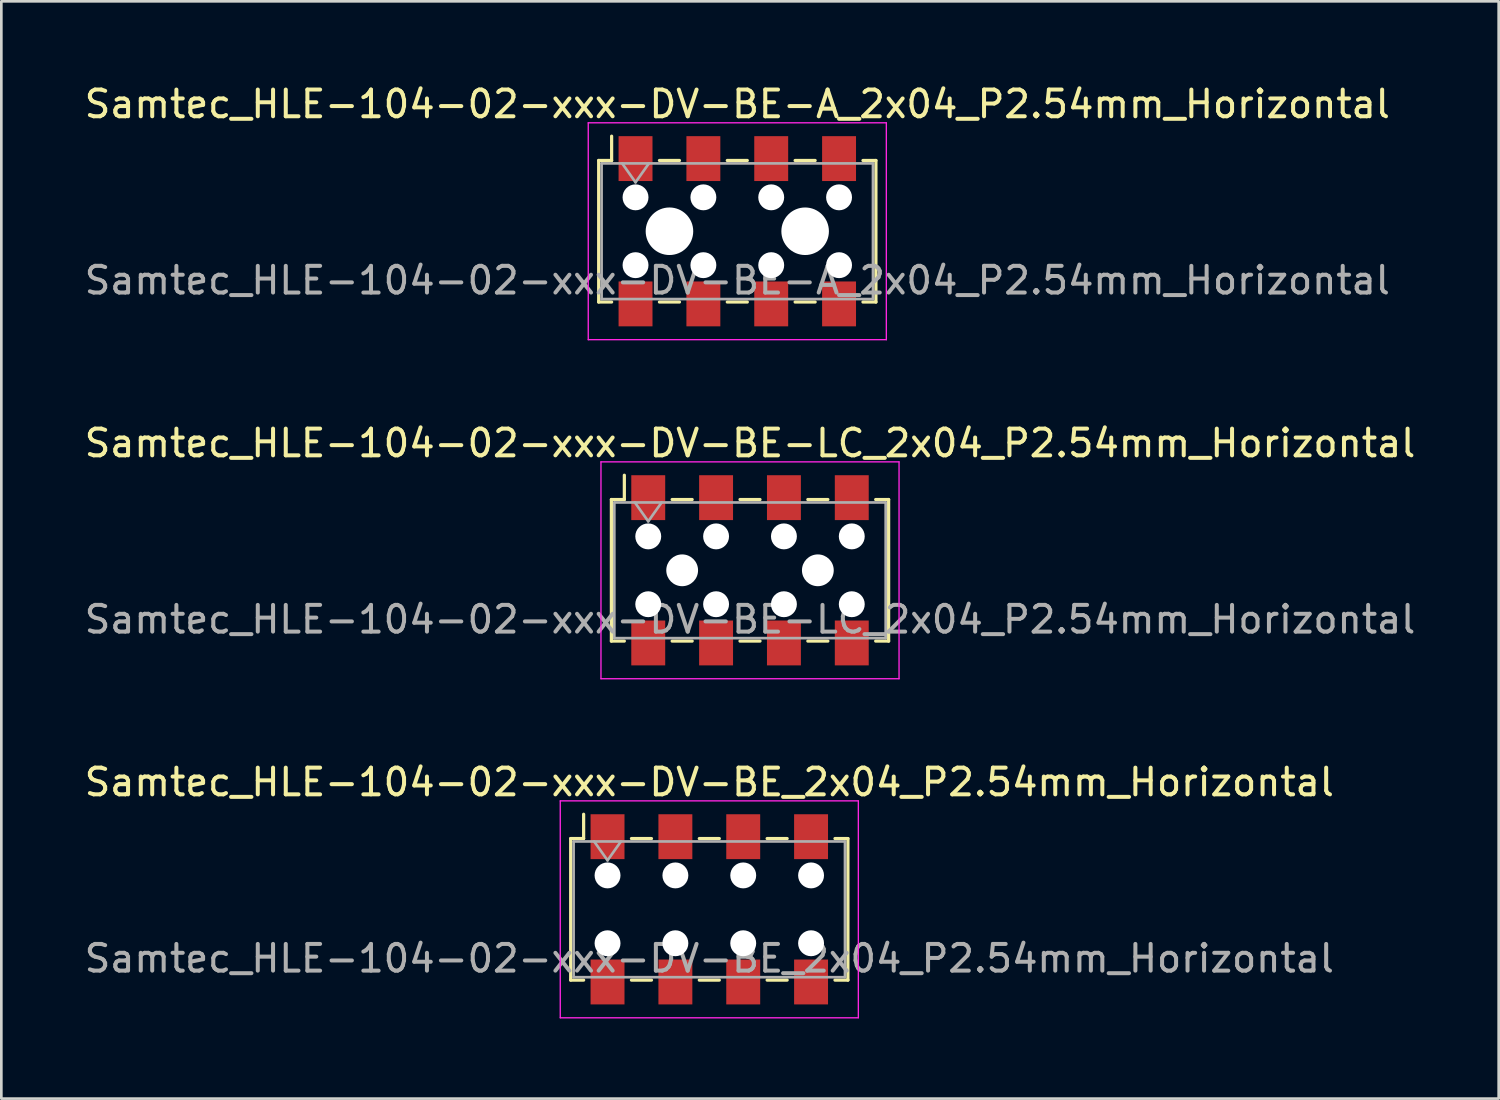
<source format=kicad_pcb>
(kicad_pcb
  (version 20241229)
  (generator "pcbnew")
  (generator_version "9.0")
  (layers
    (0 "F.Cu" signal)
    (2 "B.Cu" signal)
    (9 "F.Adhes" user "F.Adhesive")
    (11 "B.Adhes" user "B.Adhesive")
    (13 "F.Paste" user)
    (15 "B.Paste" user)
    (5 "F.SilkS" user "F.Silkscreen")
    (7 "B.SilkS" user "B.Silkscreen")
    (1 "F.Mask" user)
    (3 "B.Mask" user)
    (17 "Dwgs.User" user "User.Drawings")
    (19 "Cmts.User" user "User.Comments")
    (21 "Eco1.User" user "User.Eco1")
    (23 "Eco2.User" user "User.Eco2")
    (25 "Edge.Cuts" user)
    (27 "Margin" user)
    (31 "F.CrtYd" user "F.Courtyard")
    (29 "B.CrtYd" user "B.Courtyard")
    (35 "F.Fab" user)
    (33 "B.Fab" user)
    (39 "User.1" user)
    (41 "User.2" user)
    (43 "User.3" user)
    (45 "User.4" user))
  (footprint "Samtec_HLE-104-02-xxx-DV-BE_2x04_P2.54mm_Horizontal"
    (layer "F.Cu")
    (at 23.506 30.995)
    (property "Reference" "Samtec_HLE-104-02-xxx-DV-BE_2x04_P2.54mm_Horizontal" (at 0 -4.76 0) (layer "F.SilkS") (effects (font (size 1 1) (thickness 0.15))))
    (attr smd)
    (fp_line (start -5.19 -2.65) (end -5.19 2.65) (stroke (width 0.12) (type solid)) (layer "F.SilkS"))
    (fp_line (start -5.19 2.65) (end -4.705 2.65) (stroke (width 0.12) (type solid)) (layer "F.SilkS"))
    (fp_line (start -4.705 -3.56) (end -4.705 -2.65) (stroke (width 0.12) (type solid)) (layer "F.SilkS"))
    (fp_line (start -4.705 -2.65) (end -5.19 -2.65) (stroke (width 0.12) (type solid)) (layer "F.SilkS"))
    (fp_line (start -2.915 -2.65) (end -2.165 -2.65) (stroke (width 0.12) (type solid)) (layer "F.SilkS"))
    (fp_line (start -2.915 2.65) (end -2.165 2.65) (stroke (width 0.12) (type solid)) (layer "F.SilkS"))
    (fp_line (start -0.375 -2.65) (end 0.375 -2.65) (stroke (width 0.12) (type solid)) (layer "F.SilkS"))
    (fp_line (start -0.375 2.65) (end 0.375 2.65) (stroke (width 0.12) (type solid)) (layer "F.SilkS"))
    (fp_line (start 2.165 -2.65) (end 2.915 -2.65) (stroke (width 0.12) (type solid)) (layer "F.SilkS"))
    (fp_line (start 2.165 2.65) (end 2.915 2.65) (stroke (width 0.12) (type solid)) (layer "F.SilkS"))
    (fp_line (start 4.705 -2.65) (end 5.19 -2.65) (stroke (width 0.12) (type solid)) (layer "F.SilkS"))
    (fp_line (start 5.19 -2.65) (end 5.19 2.65) (stroke (width 0.12) (type solid)) (layer "F.SilkS"))
    (fp_line (start 5.19 2.65) (end 4.705 2.65) (stroke (width 0.12) (type solid)) (layer "F.SilkS"))
    (fp_line (start -5.58 -4.06) (end 5.58 -4.06) (stroke (width 0.05) (type solid)) (layer "F.CrtYd"))
    (fp_line (start -5.58 4.06) (end -5.58 -4.06) (stroke (width 0.05) (type solid)) (layer "F.CrtYd"))
    (fp_line (start 5.58 -4.06) (end 5.58 4.06) (stroke (width 0.05) (type solid)) (layer "F.CrtYd"))
    (fp_line (start 5.58 4.06) (end -5.58 4.06) (stroke (width 0.05) (type solid)) (layer "F.CrtYd"))
    (fp_line (start -5.08 -2.54) (end 5.08 -2.54) (stroke (width 0.1) (type solid)) (layer "F.Fab"))
    (fp_line (start -5.08 2.54) (end -5.08 -2.54) (stroke (width 0.1) (type solid)) (layer "F.Fab"))
    (fp_line (start -4.31 -2.54) (end -3.81 -1.833) (stroke (width 0.1) (type solid)) (layer "F.Fab"))
    (fp_line (start -3.81 -1.833) (end -3.31 -2.54) (stroke (width 0.1) (type solid)) (layer "F.Fab"))
    (fp_line (start 5.08 -2.54) (end 5.08 2.54) (stroke (width 0.1) (type solid)) (layer "F.Fab"))
    (fp_line (start 5.08 2.54) (end -5.08 2.54) (stroke (width 0.1) (type solid)) (layer "F.Fab"))
    (fp_text user "${REFERENCE}" (at 0 1.84 0) (layer "F.Fab") (effects (font (size 1 1) (thickness 0.15))))
    (pad "" np_thru_hole circle (at -3.81 -1.27) (size 0.97 0.97) (drill 0.97) (layers "*.Cu" "*.Mask"))
    (pad "" np_thru_hole circle (at -3.81 1.27) (size 0.97 0.97) (drill 0.97) (layers "*.Cu" "*.Mask"))
    (pad "" np_thru_hole circle (at -1.27 -1.27) (size 0.97 0.97) (drill 0.97) (layers "*.Cu" "*.Mask"))
    (pad "" np_thru_hole circle (at -1.27 1.27) (size 0.97 0.97) (drill 0.97) (layers "*.Cu" "*.Mask"))
    (pad "" np_thru_hole circle (at 1.27 -1.27) (size 0.97 0.97) (drill 0.97) (layers "*.Cu" "*.Mask"))
    (pad "" np_thru_hole circle (at 1.27 1.27) (size 0.97 0.97) (drill 0.97) (layers "*.Cu" "*.Mask"))
    (pad "" np_thru_hole circle (at 3.81 -1.27) (size 0.97 0.97) (drill 0.97) (layers "*.Cu" "*.Mask"))
    (pad "" np_thru_hole circle (at 3.81 1.27) (size 0.97 0.97) (drill 0.97) (layers "*.Cu" "*.Mask"))
    (pad "1" smd rect (at -3.81 -2.72) (size 1.27 1.68) (layers "F.Cu" "F.Mask" "F.Paste"))
    (pad "2" smd rect (at -3.81 2.72) (size 1.27 1.68) (layers "F.Cu" "F.Mask" "F.Paste"))
    (pad "3" smd rect (at -1.27 -2.72) (size 1.27 1.68) (layers "F.Cu" "F.Mask" "F.Paste"))
    (pad "4" smd rect (at -1.27 2.72) (size 1.27 1.68) (layers "F.Cu" "F.Mask" "F.Paste"))
    (pad "5" smd rect (at 1.27 -2.72) (size 1.27 1.68) (layers "F.Cu" "F.Mask" "F.Paste"))
    (pad "6" smd rect (at 1.27 2.72) (size 1.27 1.68) (layers "F.Cu" "F.Mask" "F.Paste"))
    (pad "7" smd rect (at 3.81 -2.72) (size 1.27 1.68) (layers "F.Cu" "F.Mask" "F.Paste"))
    (pad "8" smd rect (at 3.81 2.72) (size 1.27 1.68) (layers "F.Cu" "F.Mask" "F.Paste")))
  (footprint "Samtec_HLE-104-02-xxx-DV-BE-LC_2x04_P2.54mm_Horizontal"
    (layer "F.Cu")
    (at 25.03 18.302)
    (property "Reference" "Samtec_HLE-104-02-xxx-DV-BE-LC_2x04_P2.54mm_Horizontal" (at 0 -4.76 0) (layer "F.SilkS") (effects (font (size 1 1) (thickness 0.15))))
    (attr smd)
    (fp_line (start -5.19 -2.65) (end -5.19 2.65) (stroke (width 0.12) (type solid)) (layer "F.SilkS"))
    (fp_line (start -5.19 2.65) (end -4.705 2.65) (stroke (width 0.12) (type solid)) (layer "F.SilkS"))
    (fp_line (start -4.705 -3.56) (end -4.705 -2.65) (stroke (width 0.12) (type solid)) (layer "F.SilkS"))
    (fp_line (start -4.705 -2.65) (end -5.19 -2.65) (stroke (width 0.12) (type solid)) (layer "F.SilkS"))
    (fp_line (start -2.915 -2.65) (end -2.165 -2.65) (stroke (width 0.12) (type solid)) (layer "F.SilkS"))
    (fp_line (start -2.915 2.65) (end -2.165 2.65) (stroke (width 0.12) (type solid)) (layer "F.SilkS"))
    (fp_line (start -0.375 -2.65) (end 0.375 -2.65) (stroke (width 0.12) (type solid)) (layer "F.SilkS"))
    (fp_line (start -0.375 2.65) (end 0.375 2.65) (stroke (width 0.12) (type solid)) (layer "F.SilkS"))
    (fp_line (start 2.165 -2.65) (end 2.915 -2.65) (stroke (width 0.12) (type solid)) (layer "F.SilkS"))
    (fp_line (start 2.165 2.65) (end 2.915 2.65) (stroke (width 0.12) (type solid)) (layer "F.SilkS"))
    (fp_line (start 4.705 -2.65) (end 5.19 -2.65) (stroke (width 0.12) (type solid)) (layer "F.SilkS"))
    (fp_line (start 5.19 -2.65) (end 5.19 2.65) (stroke (width 0.12) (type solid)) (layer "F.SilkS"))
    (fp_line (start 5.19 2.65) (end 4.705 2.65) (stroke (width 0.12) (type solid)) (layer "F.SilkS"))
    (fp_line (start -5.58 -4.06) (end 5.58 -4.06) (stroke (width 0.05) (type solid)) (layer "F.CrtYd"))
    (fp_line (start -5.58 4.06) (end -5.58 -4.06) (stroke (width 0.05) (type solid)) (layer "F.CrtYd"))
    (fp_line (start 5.58 -4.06) (end 5.58 4.06) (stroke (width 0.05) (type solid)) (layer "F.CrtYd"))
    (fp_line (start 5.58 4.06) (end -5.58 4.06) (stroke (width 0.05) (type solid)) (layer "F.CrtYd"))
    (fp_line (start -5.08 -2.54) (end 5.08 -2.54) (stroke (width 0.1) (type solid)) (layer "F.Fab"))
    (fp_line (start -5.08 2.54) (end -5.08 -2.54) (stroke (width 0.1) (type solid)) (layer "F.Fab"))
    (fp_line (start -4.31 -2.54) (end -3.81 -1.833) (stroke (width 0.1) (type solid)) (layer "F.Fab"))
    (fp_line (start -3.81 -1.833) (end -3.31 -2.54) (stroke (width 0.1) (type solid)) (layer "F.Fab"))
    (fp_line (start 5.08 -2.54) (end 5.08 2.54) (stroke (width 0.1) (type solid)) (layer "F.Fab"))
    (fp_line (start 5.08 2.54) (end -5.08 2.54) (stroke (width 0.1) (type solid)) (layer "F.Fab"))
    (fp_text user "${REFERENCE}" (at 0 1.84 0) (layer "F.Fab") (effects (font (size 1 1) (thickness 0.15))))
    (pad "" np_thru_hole circle (at -3.81 -1.27) (size 0.97 0.97) (drill 0.97) (layers "*.Cu" "*.Mask"))
    (pad "" np_thru_hole circle (at -3.81 1.27) (size 0.97 0.97) (drill 0.97) (layers "*.Cu" "*.Mask"))
    (pad "" np_thru_hole circle (at -2.54 0) (size 1.19 1.19) (drill 1.19) (layers "*.Cu" "*.Mask"))
    (pad "" np_thru_hole circle (at -1.27 -1.27) (size 0.97 0.97) (drill 0.97) (layers "*.Cu" "*.Mask"))
    (pad "" np_thru_hole circle (at -1.27 1.27) (size 0.97 0.97) (drill 0.97) (layers "*.Cu" "*.Mask"))
    (pad "" np_thru_hole circle (at 1.27 -1.27) (size 0.97 0.97) (drill 0.97) (layers "*.Cu" "*.Mask"))
    (pad "" np_thru_hole circle (at 1.27 1.27) (size 0.97 0.97) (drill 0.97) (layers "*.Cu" "*.Mask"))
    (pad "" np_thru_hole circle (at 2.54 0) (size 1.19 1.19) (drill 1.19) (layers "*.Cu" "*.Mask"))
    (pad "" np_thru_hole circle (at 3.81 -1.27) (size 0.97 0.97) (drill 0.97) (layers "*.Cu" "*.Mask"))
    (pad "" np_thru_hole circle (at 3.81 1.27) (size 0.97 0.97) (drill 0.97) (layers "*.Cu" "*.Mask"))
    (pad "1" smd rect (at -3.81 -2.72) (size 1.27 1.68) (layers "F.Cu" "F.Mask" "F.Paste"))
    (pad "2" smd rect (at -3.81 2.72) (size 1.27 1.68) (layers "F.Cu" "F.Mask" "F.Paste"))
    (pad "3" smd rect (at -1.27 -2.72) (size 1.27 1.68) (layers "F.Cu" "F.Mask" "F.Paste"))
    (pad "4" smd rect (at -1.27 2.72) (size 1.27 1.68) (layers "F.Cu" "F.Mask" "F.Paste"))
    (pad "5" smd rect (at 1.27 -2.72) (size 1.27 1.68) (layers "F.Cu" "F.Mask" "F.Paste"))
    (pad "6" smd rect (at 1.27 2.72) (size 1.27 1.68) (layers "F.Cu" "F.Mask" "F.Paste"))
    (pad "7" smd rect (at 3.81 -2.72) (size 1.27 1.68) (layers "F.Cu" "F.Mask" "F.Paste"))
    (pad "8" smd rect (at 3.81 2.72) (size 1.27 1.68) (layers "F.Cu" "F.Mask" "F.Paste")))
  (footprint "Samtec_HLE-104-02-xxx-DV-BE-A_2x04_P2.54mm_Horizontal"
    (layer "F.Cu")
    (at 24.554 5.608)
    (property "Reference" "Samtec_HLE-104-02-xxx-DV-BE-A_2x04_P2.54mm_Horizontal" (at 0 -4.76 0) (layer "F.SilkS") (effects (font (size 1 1) (thickness 0.15))))
    (attr smd)
    (fp_line (start -5.19 -2.65) (end -5.19 2.65) (stroke (width 0.12) (type solid)) (layer "F.SilkS"))
    (fp_line (start -5.19 2.65) (end -4.705 2.65) (stroke (width 0.12) (type solid)) (layer "F.SilkS"))
    (fp_line (start -4.705 -3.56) (end -4.705 -2.65) (stroke (width 0.12) (type solid)) (layer "F.SilkS"))
    (fp_line (start -4.705 -2.65) (end -5.19 -2.65) (stroke (width 0.12) (type solid)) (layer "F.SilkS"))
    (fp_line (start -2.915 -2.65) (end -2.165 -2.65) (stroke (width 0.12) (type solid)) (layer "F.SilkS"))
    (fp_line (start -2.915 2.65) (end -2.165 2.65) (stroke (width 0.12) (type solid)) (layer "F.SilkS"))
    (fp_line (start -0.375 -2.65) (end 0.375 -2.65) (stroke (width 0.12) (type solid)) (layer "F.SilkS"))
    (fp_line (start -0.375 2.65) (end 0.375 2.65) (stroke (width 0.12) (type solid)) (layer "F.SilkS"))
    (fp_line (start 2.165 -2.65) (end 2.915 -2.65) (stroke (width 0.12) (type solid)) (layer "F.SilkS"))
    (fp_line (start 2.165 2.65) (end 2.915 2.65) (stroke (width 0.12) (type solid)) (layer "F.SilkS"))
    (fp_line (start 4.705 -2.65) (end 5.19 -2.65) (stroke (width 0.12) (type solid)) (layer "F.SilkS"))
    (fp_line (start 5.19 -2.65) (end 5.19 2.65) (stroke (width 0.12) (type solid)) (layer "F.SilkS"))
    (fp_line (start 5.19 2.65) (end 4.705 2.65) (stroke (width 0.12) (type solid)) (layer "F.SilkS"))
    (fp_line (start -5.58 -4.06) (end 5.58 -4.06) (stroke (width 0.05) (type solid)) (layer "F.CrtYd"))
    (fp_line (start -5.58 4.06) (end -5.58 -4.06) (stroke (width 0.05) (type solid)) (layer "F.CrtYd"))
    (fp_line (start 5.58 -4.06) (end 5.58 4.06) (stroke (width 0.05) (type solid)) (layer "F.CrtYd"))
    (fp_line (start 5.58 4.06) (end -5.58 4.06) (stroke (width 0.05) (type solid)) (layer "F.CrtYd"))
    (fp_line (start -5.08 -2.54) (end 5.08 -2.54) (stroke (width 0.1) (type solid)) (layer "F.Fab"))
    (fp_line (start -5.08 2.54) (end -5.08 -2.54) (stroke (width 0.1) (type solid)) (layer "F.Fab"))
    (fp_line (start -4.31 -2.54) (end -3.81 -1.833) (stroke (width 0.1) (type solid)) (layer "F.Fab"))
    (fp_line (start -3.81 -1.833) (end -3.31 -2.54) (stroke (width 0.1) (type solid)) (layer "F.Fab"))
    (fp_line (start 5.08 -2.54) (end 5.08 2.54) (stroke (width 0.1) (type solid)) (layer "F.Fab"))
    (fp_line (start 5.08 2.54) (end -5.08 2.54) (stroke (width 0.1) (type solid)) (layer "F.Fab"))
    (fp_text user "${REFERENCE}" (at 0 1.84 0) (layer "F.Fab") (effects (font (size 1 1) (thickness 0.15))))
    (pad "" np_thru_hole circle (at -3.81 -1.27) (size 0.97 0.97) (drill 0.97) (layers "*.Cu" "*.Mask"))
    (pad "" np_thru_hole circle (at -3.81 1.27) (size 0.97 0.97) (drill 0.97) (layers "*.Cu" "*.Mask"))
    (pad "" np_thru_hole circle (at -2.54 0) (size 1.78 1.78) (drill 1.78) (layers "*.Cu" "*.Mask"))
    (pad "" np_thru_hole circle (at -1.27 -1.27) (size 0.97 0.97) (drill 0.97) (layers "*.Cu" "*.Mask"))
    (pad "" np_thru_hole circle (at -1.27 1.27) (size 0.97 0.97) (drill 0.97) (layers "*.Cu" "*.Mask"))
    (pad "" np_thru_hole circle (at 1.27 -1.27) (size 0.97 0.97) (drill 0.97) (layers "*.Cu" "*.Mask"))
    (pad "" np_thru_hole circle (at 1.27 1.27) (size 0.97 0.97) (drill 0.97) (layers "*.Cu" "*.Mask"))
    (pad "" np_thru_hole circle (at 2.54 0) (size 1.78 1.78) (drill 1.78) (layers "*.Cu" "*.Mask"))
    (pad "" np_thru_hole circle (at 3.81 -1.27) (size 0.97 0.97) (drill 0.97) (layers "*.Cu" "*.Mask"))
    (pad "" np_thru_hole circle (at 3.81 1.27) (size 0.97 0.97) (drill 0.97) (layers "*.Cu" "*.Mask"))
    (pad "1" smd rect (at -3.81 -2.72) (size 1.27 1.68) (layers "F.Cu" "F.Mask" "F.Paste"))
    (pad "2" smd rect (at -3.81 2.72) (size 1.27 1.68) (layers "F.Cu" "F.Mask" "F.Paste"))
    (pad "3" smd rect (at -1.27 -2.72) (size 1.27 1.68) (layers "F.Cu" "F.Mask" "F.Paste"))
    (pad "4" smd rect (at -1.27 2.72) (size 1.27 1.68) (layers "F.Cu" "F.Mask" "F.Paste"))
    (pad "5" smd rect (at 1.27 -2.72) (size 1.27 1.68) (layers "F.Cu" "F.Mask" "F.Paste"))
    (pad "6" smd rect (at 1.27 2.72) (size 1.27 1.68) (layers "F.Cu" "F.Mask" "F.Paste"))
    (pad "7" smd rect (at 3.81 -2.72) (size 1.27 1.68) (layers "F.Cu" "F.Mask" "F.Paste"))
    (pad "8" smd rect (at 3.81 2.72) (size 1.27 1.68) (layers "F.Cu" "F.Mask" "F.Paste")))
  (gr_rect
    (start -3 -3)
    (end 53.06 38.08)
    (stroke (width 0.1) (type default))
    (fill no)
    (layer "Edge.Cuts")))
</source>
